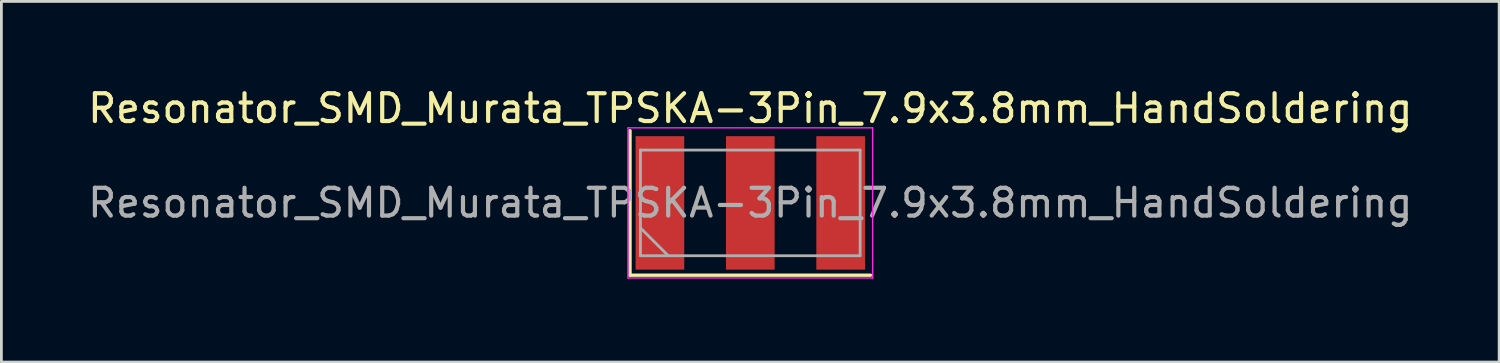
<source format=kicad_pcb>
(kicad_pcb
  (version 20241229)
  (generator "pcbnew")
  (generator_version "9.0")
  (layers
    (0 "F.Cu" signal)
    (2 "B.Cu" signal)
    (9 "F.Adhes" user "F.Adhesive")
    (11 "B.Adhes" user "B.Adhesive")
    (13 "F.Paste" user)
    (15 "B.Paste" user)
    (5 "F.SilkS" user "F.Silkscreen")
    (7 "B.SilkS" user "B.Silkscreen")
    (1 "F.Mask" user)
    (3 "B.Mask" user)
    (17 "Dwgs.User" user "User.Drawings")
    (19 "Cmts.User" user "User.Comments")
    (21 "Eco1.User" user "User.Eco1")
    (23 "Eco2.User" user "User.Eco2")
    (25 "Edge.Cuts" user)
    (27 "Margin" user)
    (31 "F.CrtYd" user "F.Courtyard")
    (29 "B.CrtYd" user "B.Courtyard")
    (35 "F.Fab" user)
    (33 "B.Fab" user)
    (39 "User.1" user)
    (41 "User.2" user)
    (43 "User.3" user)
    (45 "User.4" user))
  (footprint "Resonator_SMD_Murata_TPSKA-3Pin_7.9x3.8mm_HandSoldering"
    (layer "F.Cu")
    (at 23.935 4.248)
    (property "Reference" "Resonator_SMD_Murata_TPSKA-3Pin_7.9x3.8mm_HandSoldering" (at 0 -3.4 0) (layer "F.SilkS") (effects (font (size 1 1) (thickness 0.15))))
    (attr smd)
    (fp_line (start -4.325 -2.6) (end -4.325 2.6) (stroke (width 0.12) (type solid)) (layer "F.SilkS"))
    (fp_line (start -4.325 2.6) (end 4.325 2.6) (stroke (width 0.12) (type solid)) (layer "F.SilkS"))
    (fp_line (start -4.4 -2.7) (end -4.4 2.7) (stroke (width 0.05) (type solid)) (layer "F.CrtYd"))
    (fp_line (start -4.4 2.7) (end 4.4 2.7) (stroke (width 0.05) (type solid)) (layer "F.CrtYd"))
    (fp_line (start 4.4 -2.7) (end -4.4 -2.7) (stroke (width 0.05) (type solid)) (layer "F.CrtYd"))
    (fp_line (start 4.4 2.7) (end 4.4 -2.7) (stroke (width 0.05) (type solid)) (layer "F.CrtYd"))
    (fp_line (start -3.95 -1.9) (end -3.95 1.9) (stroke (width 0.1) (type solid)) (layer "F.Fab"))
    (fp_line (start -3.95 0.9) (end -2.95 1.9) (stroke (width 0.1) (type solid)) (layer "F.Fab"))
    (fp_line (start -3.95 1.9) (end 3.95 1.9) (stroke (width 0.1) (type solid)) (layer "F.Fab"))
    (fp_line (start 3.95 -1.9) (end -3.95 -1.9) (stroke (width 0.1) (type solid)) (layer "F.Fab"))
    (fp_line (start 3.95 1.9) (end 3.95 -1.9) (stroke (width 0.1) (type solid)) (layer "F.Fab"))
    (fp_text user "${REFERENCE}" (at 0 0 0) (layer "F.Fab") (effects (font (size 1 1) (thickness 0.15))))
    (pad "1" smd rect (at -3.25 0) (size 1.75 4.8) (layers "F.Cu" "F.Mask" "F.Paste"))
    (pad "2" smd rect (at 0 0) (size 1.75 4.8) (layers "F.Cu" "F.Mask" "F.Paste"))
    (pad "3" smd rect (at 3.25 0) (size 1.75 4.8) (layers "F.Cu" "F.Mask" "F.Paste")))
  (gr_rect
    (start -3 -3)
    (end 50.869 9.973)
    (stroke (width 0.1) (type default))
    (fill no)
    (layer "Edge.Cuts")))
</source>
